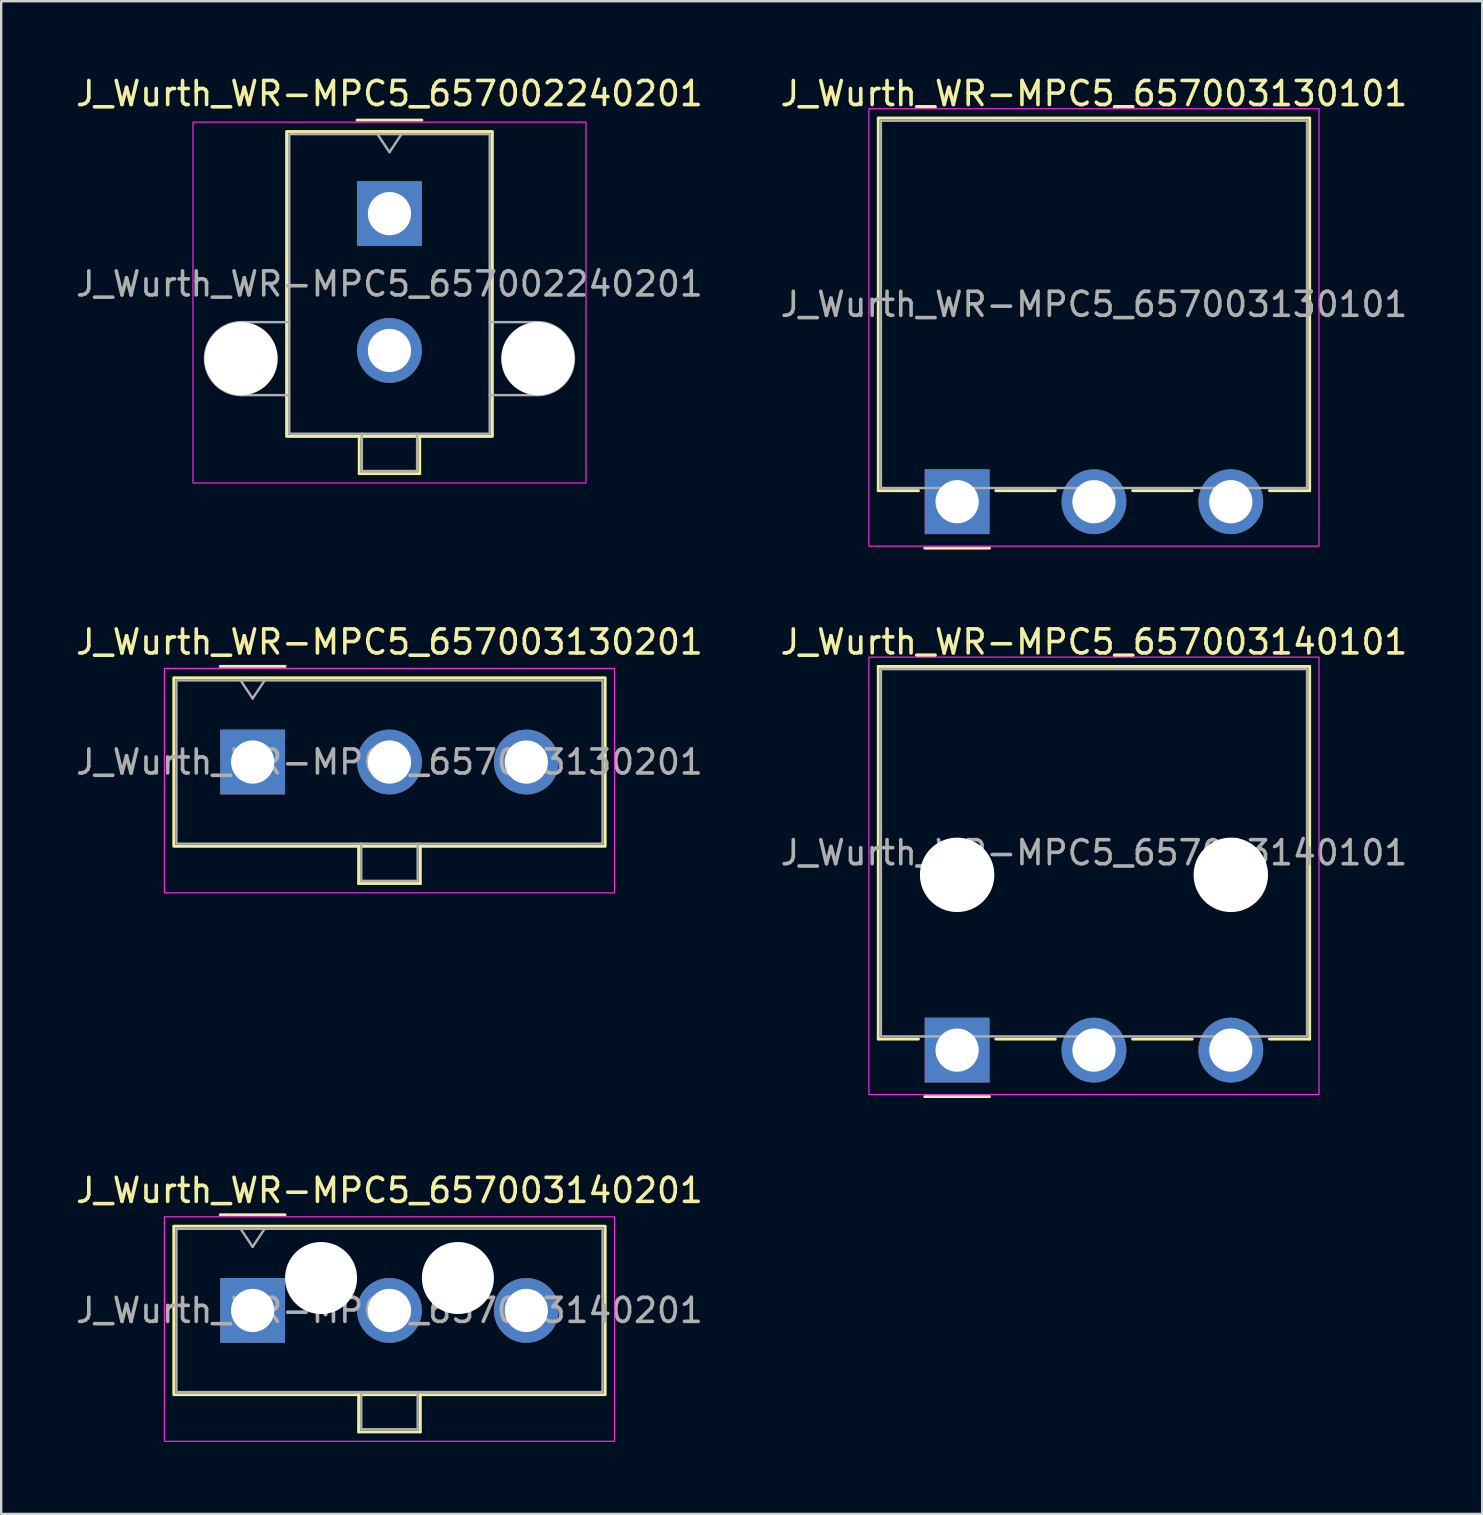
<source format=kicad_pcb>
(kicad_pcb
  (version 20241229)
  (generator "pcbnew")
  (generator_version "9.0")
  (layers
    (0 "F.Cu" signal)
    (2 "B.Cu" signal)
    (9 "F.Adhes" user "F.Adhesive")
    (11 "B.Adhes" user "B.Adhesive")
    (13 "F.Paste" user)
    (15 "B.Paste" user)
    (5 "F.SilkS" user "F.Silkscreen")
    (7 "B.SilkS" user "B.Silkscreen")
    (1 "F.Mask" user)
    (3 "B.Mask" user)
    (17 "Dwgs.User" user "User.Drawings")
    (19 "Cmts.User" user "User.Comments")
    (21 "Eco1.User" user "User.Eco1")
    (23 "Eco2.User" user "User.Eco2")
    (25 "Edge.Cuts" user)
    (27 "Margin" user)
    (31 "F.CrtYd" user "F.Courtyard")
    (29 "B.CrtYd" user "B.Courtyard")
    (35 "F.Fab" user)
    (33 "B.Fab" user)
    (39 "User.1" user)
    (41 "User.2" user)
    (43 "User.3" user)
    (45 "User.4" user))
  (footprint "J_Wurth_WR-MPC5_657003130201"
    (layer "F.Cu")
    (at 7.473 28.692)
    (property "Reference" "J_Wurth_WR-MPC5_657003130201" (at 5.7 -5 0) (unlocked yes) (layer "F.SilkS") (effects (font (size 1 1) (thickness 0.15))))
    (attr through_hole)
    (fp_line (start -1.35 -3.985) (end 1.35 -3.985) (stroke (width 0.12) (type solid)) (layer "F.SilkS"))
    (fp_line (start 4.415 3.51) (end 4.415 5.06) (stroke (width 0.12) (type solid)) (layer "F.SilkS"))
    (fp_line (start 4.415 5.06) (end 6.985 5.06) (stroke (width 0.12) (type solid)) (layer "F.SilkS"))
    (fp_line (start 6.985 3.51) (end 6.985 5.06) (stroke (width 0.12) (type solid)) (layer "F.SilkS"))
    (fp_rect (start -3.285 -3.51) (end 14.685 3.51) (stroke (width 0.12) (type solid)) (fill no) (layer "F.SilkS"))
    (fp_rect (start -3.675 -3.9) (end 15.075 5.45) (stroke (width 0.05) (type solid)) (fill no) (layer "F.CrtYd"))
    (fp_line (start 0 -2.65) (end -0.5 -3.4) (stroke (width 0.1) (type solid)) (layer "F.Fab"))
    (fp_line (start 0 -2.65) (end 0.5 -3.4) (stroke (width 0.1) (type solid)) (layer "F.Fab"))
    (fp_line (start 4.525 4.95) (end 4.525 3.4) (stroke (width 0.1) (type solid)) (layer "F.Fab"))
    (fp_line (start 6.875 3.4) (end 6.875 4.95) (stroke (width 0.1) (type solid)) (layer "F.Fab"))
    (fp_line (start 6.875 4.95) (end 4.525 4.95) (stroke (width 0.1) (type solid)) (layer "F.Fab"))
    (fp_rect (start -3.175 -3.4) (end 14.575 3.4) (stroke (width 0.1) (type solid)) (fill no) (layer "F.Fab"))
    (fp_text user "${REFERENCE}" (at 5.7 0 0) (unlocked yes) (layer "F.Fab") (effects (font (size 1 1) (thickness 0.15))))
    (pad "1" thru_hole rect (at 0 0 180) (size 2.7 2.7) (drill 1.8) (layers "*.Cu" "*.Mask"))
    (pad "2" thru_hole circle (at 5.7 0 180) (size 2.7 2.7) (drill 1.8) (layers "*.Cu" "*.Mask"))
    (pad "3" thru_hole circle (at 11.4 0 180) (size 2.7 2.7) (drill 1.8) (layers "*.Cu" "*.Mask")))
  (footprint "J_Wurth_WR-MPC5_657002240201"
    (layer "F.Cu")
    (at 13.173 5.848)
    (property "Reference" "J_Wurth_WR-MPC5_657002240201" (at 0 -5 0) (unlocked yes) (layer "F.SilkS") (effects (font (size 1 1) (thickness 0.15))))
    (attr through_hole)
    (fp_line (start -1.35 -3.895) (end 1.35 -3.895) (stroke (width 0.12) (type solid)) (layer "F.SilkS"))
    (fp_line (start -1.26 9.28) (end -1.26 10.83) (stroke (width 0.12) (type solid)) (layer "F.SilkS"))
    (fp_line (start 1.26 9.28) (end 1.26 10.83) (stroke (width 0.12) (type solid)) (layer "F.SilkS"))
    (fp_line (start 1.26 10.83) (end -1.26 10.83) (stroke (width 0.12) (type solid)) (layer "F.SilkS"))
    (fp_rect (start -4.285 -3.42) (end 4.285 9.28) (stroke (width 0.12) (type solid)) (fill no) (layer "F.SilkS"))
    (fp_rect (start -8.185 -3.81) (end 8.185 11.22) (stroke (width 0.05) (type solid)) (fill no) (layer "F.CrtYd"))
    (fp_line (start -6.165 4.52) (end -4.175 4.52) (stroke (width 0.1) (type solid)) (layer "F.Fab"))
    (fp_line (start -6.165 7.56) (end -4.175 7.56) (stroke (width 0.1) (type solid)) (layer "F.Fab"))
    (fp_line (start -1.15 10.72) (end -1.15 9.17) (stroke (width 0.1) (type solid)) (layer "F.Fab"))
    (fp_line (start 0 -2.56) (end -0.5 -3.31) (stroke (width 0.1) (type solid)) (layer "F.Fab"))
    (fp_line (start 0 -2.56) (end 0.5 -3.31) (stroke (width 0.1) (type solid)) (layer "F.Fab"))
    (fp_line (start 1.15 9.17) (end 1.15 10.72) (stroke (width 0.1) (type solid)) (layer "F.Fab"))
    (fp_line (start 1.15 10.72) (end -1.15 10.72) (stroke (width 0.1) (type solid)) (layer "F.Fab"))
    (fp_line (start 6.165 4.52) (end 4.175 4.52) (stroke (width 0.1) (type solid)) (layer "F.Fab"))
    (fp_line (start 6.165 7.56) (end 4.175 7.56) (stroke (width 0.1) (type solid)) (layer "F.Fab"))
    (fp_rect (start -4.175 -3.31) (end 4.175 9.17) (stroke (width 0.1) (type solid)) (fill no) (layer "F.Fab"))
    (fp_arc (start -6.165 7.56) (mid -7.685 6.04) (end -6.165 4.52) (stroke (width 0.1) (type solid)) (layer "F.Fab"))
    (fp_arc (start 6.165 4.52) (mid 7.685 6.04) (end 6.165 7.56) (stroke (width 0.1) (type solid)) (layer "F.Fab"))
    (fp_text user "${REFERENCE}" (at 0 2.93 0) (unlocked yes) (layer "F.Fab") (effects (font (size 1 1) (thickness 0.15))))
    (pad "" np_thru_hole circle (at -6.18 6.04 180) (size 3.05 3.05) (drill 3.05) (layers "*.Cu" "*.Mask"))
    (pad "" np_thru_hole circle (at 6.18 6.04 180) (size 3.05 3.05) (drill 3.05) (layers "*.Cu" "*.Mask"))
    (pad "1" thru_hole rect (at 0 0 180) (size 2.7 2.7) (drill 1.8) (layers "*.Cu" "*.Mask"))
    (pad "2" thru_hole circle (at 0 5.7 180) (size 2.7 2.7) (drill 1.8) (layers "*.Cu" "*.Mask")))
  (footprint "J_Wurth_WR-MPC5_657003140201"
    (layer "F.Cu")
    (at 7.473 51.535)
    (property "Reference" "J_Wurth_WR-MPC5_657003140201" (at 5.7 -5 0) (unlocked yes) (layer "F.SilkS") (effects (font (size 1 1) (thickness 0.15))))
    (attr through_hole)
    (fp_line (start -1.35 -3.985) (end 1.35 -3.985) (stroke (width 0.12) (type solid)) (layer "F.SilkS"))
    (fp_line (start 4.415 3.51) (end 4.415 5.06) (stroke (width 0.12) (type solid)) (layer "F.SilkS"))
    (fp_line (start 4.415 5.06) (end 6.985 5.06) (stroke (width 0.12) (type solid)) (layer "F.SilkS"))
    (fp_line (start 6.985 3.51) (end 6.985 5.06) (stroke (width 0.12) (type solid)) (layer "F.SilkS"))
    (fp_rect (start -3.285 -3.51) (end 14.685 3.51) (stroke (width 0.12) (type solid)) (fill no) (layer "F.SilkS"))
    (fp_rect (start -3.675 -3.9) (end 15.075 5.45) (stroke (width 0.05) (type solid)) (fill no) (layer "F.CrtYd"))
    (fp_line (start 0 -2.65) (end -0.5 -3.4) (stroke (width 0.1) (type solid)) (layer "F.Fab"))
    (fp_line (start 0 -2.65) (end 0.5 -3.4) (stroke (width 0.1) (type solid)) (layer "F.Fab"))
    (fp_line (start 4.525 4.95) (end 4.525 3.4) (stroke (width 0.1) (type solid)) (layer "F.Fab"))
    (fp_line (start 6.875 3.4) (end 6.875 4.95) (stroke (width 0.1) (type solid)) (layer "F.Fab"))
    (fp_line (start 6.875 4.95) (end 4.525 4.95) (stroke (width 0.1) (type solid)) (layer "F.Fab"))
    (fp_rect (start -3.175 -3.4) (end 14.575 3.4) (stroke (width 0.1) (type solid)) (fill no) (layer "F.Fab"))
    (fp_text user "${REFERENCE}" (at 5.7 0 0) (unlocked yes) (layer "F.Fab") (effects (font (size 1 1) (thickness 0.15))))
    (pad "" np_thru_hole circle (at 2.85 -1.35) (size 3 3) (drill 3) (layers "*.Cu" "*.Mask"))
    (pad "" np_thru_hole circle (at 8.55 -1.35) (size 3 3) (drill 3) (layers "*.Cu" "*.Mask"))
    (pad "1" thru_hole rect (at 0 0 180) (size 2.7 2.7) (drill 1.8) (layers "*.Cu" "*.Mask"))
    (pad "2" thru_hole circle (at 5.7 0 180) (size 2.7 2.7) (drill 1.8) (layers "*.Cu" "*.Mask"))
    (pad "3" thru_hole circle (at 11.4 0 180) (size 2.7 2.7) (drill 1.8) (layers "*.Cu" "*.Mask")))
  (footprint "J_Wurth_WR-MPC5_657003130101"
    (layer "F.Cu")
    (at 36.818 17.848)
    (property "Reference" "J_Wurth_WR-MPC5_657003130101" (at 5.7 -17 0) (unlocked yes) (layer "F.SilkS") (effects (font (size 1 1) (thickness 0.15))))
    (attr through_hole)
    (fp_line (start -3.285 -15.98) (end -3.285 -0.46) (stroke (width 0.12) (type solid)) (layer "F.SilkS"))
    (fp_line (start -3.285 -15.98) (end 14.685 -15.98) (stroke (width 0.12) (type solid)) (layer "F.SilkS"))
    (fp_line (start -1.61 -0.46) (end -3.285 -0.46) (stroke (width 0.12) (type solid)) (layer "F.SilkS"))
    (fp_line (start 1.35 1.935) (end -1.35 1.935) (stroke (width 0.12) (type solid)) (layer "F.SilkS"))
    (fp_line (start 4.09 -0.46) (end 1.61 -0.46) (stroke (width 0.12) (type solid)) (layer "F.SilkS"))
    (fp_line (start 9.79 -0.46) (end 7.31 -0.46) (stroke (width 0.12) (type solid)) (layer "F.SilkS"))
    (fp_line (start 13.01 -0.46) (end 14.685 -0.46) (stroke (width 0.12) (type solid)) (layer "F.SilkS"))
    (fp_line (start 14.685 -15.98) (end 14.685 -0.46) (stroke (width 0.12) (type solid)) (layer "F.SilkS"))
    (fp_rect (start -3.675 -16.37) (end 15.075 1.85) (stroke (width 0.05) (type solid)) (fill no) (layer "F.CrtYd"))
    (fp_line (start 0 0.18) (end -0.5 -0.57) (stroke (width 0.1) (type solid)) (layer "F.Fab"))
    (fp_line (start 0 0.18) (end 0.5 -0.57) (stroke (width 0.1) (type solid)) (layer "F.Fab"))
    (fp_rect (start -3.175 -15.87) (end 14.575 -0.57) (stroke (width 0.1) (type solid)) (fill no) (layer "F.Fab"))
    (fp_text user "${REFERENCE}" (at 5.7 -8.22 0) (unlocked yes) (layer "F.Fab") (effects (font (size 1 1) (thickness 0.15))))
    (pad "1" thru_hole rect (at 0 0 180) (size 2.7 2.7) (drill 1.8) (layers "*.Cu" "*.Mask"))
    (pad "2" thru_hole circle (at 5.7 0 180) (size 2.7 2.7) (drill 1.8) (layers "*.Cu" "*.Mask"))
    (pad "3" thru_hole circle (at 11.4 0 180) (size 2.7 2.7) (drill 1.8) (layers "*.Cu" "*.Mask")))
  (footprint "J_Wurth_WR-MPC5_657003140101"
    (layer "F.Cu")
    (at 36.818 40.691)
    (property "Reference" "J_Wurth_WR-MPC5_657003140101" (at 5.7 -17 0) (unlocked yes) (layer "F.SilkS") (effects (font (size 1 1) (thickness 0.15))))
    (attr through_hole)
    (fp_line (start -3.285 -15.98) (end -3.285 -0.46) (stroke (width 0.12) (type solid)) (layer "F.SilkS"))
    (fp_line (start -3.285 -15.98) (end 14.685 -15.98) (stroke (width 0.12) (type solid)) (layer "F.SilkS"))
    (fp_line (start -1.61 -0.46) (end -3.285 -0.46) (stroke (width 0.12) (type solid)) (layer "F.SilkS"))
    (fp_line (start 1.35 1.935) (end -1.35 1.935) (stroke (width 0.12) (type solid)) (layer "F.SilkS"))
    (fp_line (start 4.09 -0.46) (end 1.61 -0.46) (stroke (width 0.12) (type solid)) (layer "F.SilkS"))
    (fp_line (start 9.79 -0.46) (end 7.31 -0.46) (stroke (width 0.12) (type solid)) (layer "F.SilkS"))
    (fp_line (start 13.01 -0.46) (end 14.685 -0.46) (stroke (width 0.12) (type solid)) (layer "F.SilkS"))
    (fp_line (start 14.685 -15.98) (end 14.685 -0.46) (stroke (width 0.12) (type solid)) (layer "F.SilkS"))
    (fp_rect (start -3.675 -16.37) (end 15.075 1.85) (stroke (width 0.05) (type solid)) (fill no) (layer "F.CrtYd"))
    (fp_line (start 0 0.18) (end -0.5 -0.57) (stroke (width 0.1) (type solid)) (layer "F.Fab"))
    (fp_line (start 0 0.18) (end 0.5 -0.57) (stroke (width 0.1) (type solid)) (layer "F.Fab"))
    (fp_rect (start -3.175 -15.87) (end 14.575 -0.57) (stroke (width 0.1) (type solid)) (fill no) (layer "F.Fab"))
    (fp_text user "${REFERENCE}" (at 5.7 -8.22 0) (unlocked yes) (layer "F.Fab") (effects (font (size 1 1) (thickness 0.15))))
    (pad "" np_thru_hole circle (at 0 -7.3) (size 3.1 3.1) (drill 3.1) (layers "*.Cu" "*.Mask"))
    (pad "" np_thru_hole circle (at 11.4 -7.3) (size 3.1 3.1) (drill 3.1) (layers "*.Cu" "*.Mask"))
    (pad "1" thru_hole rect (at 0 0 180) (size 2.7 2.7) (drill 1.8) (layers "*.Cu" "*.Mask"))
    (pad "2" thru_hole circle (at 5.7 0 180) (size 2.7 2.7) (drill 1.8) (layers "*.Cu" "*.Mask"))
    (pad "3" thru_hole circle (at 11.4 0 180) (size 2.7 2.7) (drill 1.8) (layers "*.Cu" "*.Mask")))
  (gr_rect
    (start -3 -3)
    (end 58.69 60.01)
    (stroke (width 0.1) (type default))
    (fill no)
    (layer "Edge.Cuts")))
</source>
